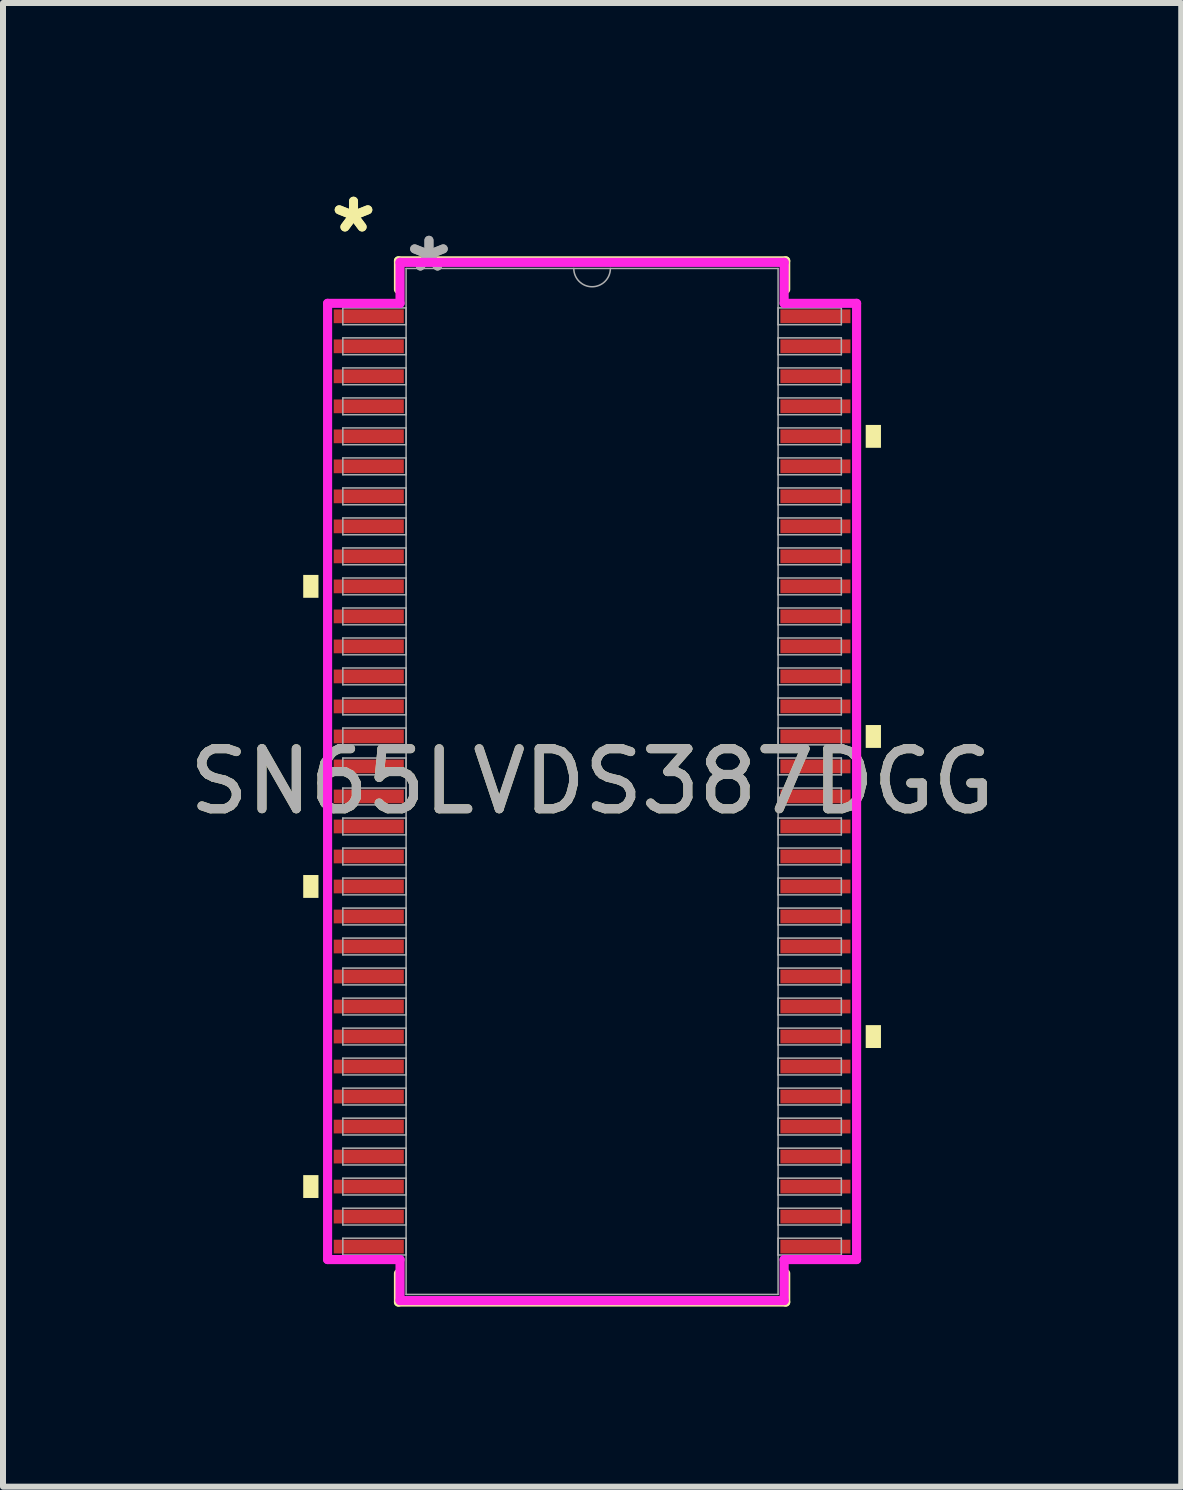
<source format=kicad_pcb>
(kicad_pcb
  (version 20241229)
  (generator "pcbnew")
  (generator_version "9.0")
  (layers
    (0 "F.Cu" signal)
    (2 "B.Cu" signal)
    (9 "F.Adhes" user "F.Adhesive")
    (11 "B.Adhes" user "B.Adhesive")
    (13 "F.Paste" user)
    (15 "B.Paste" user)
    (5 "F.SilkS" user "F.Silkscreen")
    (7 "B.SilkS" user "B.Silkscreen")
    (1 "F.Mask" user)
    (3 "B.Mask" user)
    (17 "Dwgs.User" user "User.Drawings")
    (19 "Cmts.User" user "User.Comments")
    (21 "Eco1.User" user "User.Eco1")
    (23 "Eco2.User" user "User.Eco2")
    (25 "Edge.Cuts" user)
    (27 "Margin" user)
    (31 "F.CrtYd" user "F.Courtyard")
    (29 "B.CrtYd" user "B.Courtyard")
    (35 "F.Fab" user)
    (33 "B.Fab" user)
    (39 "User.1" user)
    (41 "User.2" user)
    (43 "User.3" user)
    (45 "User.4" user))
  (footprint "SN65LVDS387DGG"
    (layer "F.Cu")
    (at 6.815 9.97)
    (property "Reference" "SN65LVDS387DGG" (at 0 0 0) (unlocked yes) (layer "F.SilkS") (effects (font (size 1 1) (thickness 0.15))))
    (attr smd)
    (fp_line (start -3.226 -8.674) (end -3.226 -8.197) (stroke (width 0.152) (type solid)) (layer "F.SilkS"))
    (fp_line (start -3.226 8.197) (end -3.226 8.674) (stroke (width 0.152) (type solid)) (layer "F.SilkS"))
    (fp_line (start -3.226 8.674) (end 3.226 8.674) (stroke (width 0.152) (type solid)) (layer "F.SilkS"))
    (fp_line (start 3.226 -8.674) (end -3.226 -8.674) (stroke (width 0.152) (type solid)) (layer "F.SilkS"))
    (fp_line (start 3.226 -8.197) (end 3.226 -8.674) (stroke (width 0.152) (type solid)) (layer "F.SilkS"))
    (fp_line (start 3.226 8.674) (end 3.226 8.197) (stroke (width 0.152) (type solid)) (layer "F.SilkS"))
    (fp_poly (pts (xy -4.813 -3.441) (xy -4.813 -3.06) (xy -4.559 -3.06) (xy -4.559 -3.441)) (stroke (width 0) (type solid)) (fill yes) (layer "F.SilkS"))
    (fp_poly (pts (xy -4.813 1.559) (xy -4.813 1.94) (xy -4.559 1.94) (xy -4.559 1.559)) (stroke (width 0) (type solid)) (fill yes) (layer "F.SilkS"))
    (fp_poly (pts (xy -4.813 6.559) (xy -4.813 6.94) (xy -4.559 6.94) (xy -4.559 6.559)) (stroke (width 0) (type solid)) (fill yes) (layer "F.SilkS"))
    (fp_poly (pts (xy 4.813 -5.94) (xy 4.813 -5.559) (xy 4.559 -5.559) (xy 4.559 -5.94)) (stroke (width 0) (type solid)) (fill yes) (layer "F.SilkS"))
    (fp_poly (pts (xy 4.813 -0.94) (xy 4.813 -0.559) (xy 4.559 -0.559) (xy 4.559 -0.94)) (stroke (width 0) (type solid)) (fill yes) (layer "F.SilkS"))
    (fp_poly (pts (xy 4.813 4.06) (xy 4.813 4.441) (xy 4.559 4.441) (xy 4.559 4.06)) (stroke (width 0) (type solid)) (fill yes) (layer "F.SilkS"))
    (fp_line (start -4.407 -7.966) (end -3.2 -7.966) (stroke (width 0.152) (type solid)) (layer "F.CrtYd"))
    (fp_line (start -4.407 7.966) (end -4.407 -7.966) (stroke (width 0.152) (type solid)) (layer "F.CrtYd"))
    (fp_line (start -4.407 7.966) (end -3.2 7.966) (stroke (width 0.152) (type solid)) (layer "F.CrtYd"))
    (fp_line (start -3.2 -8.649) (end 3.2 -8.649) (stroke (width 0.152) (type solid)) (layer "F.CrtYd"))
    (fp_line (start -3.2 -7.966) (end -3.2 -8.649) (stroke (width 0.152) (type solid)) (layer "F.CrtYd"))
    (fp_line (start -3.2 8.649) (end -3.2 7.966) (stroke (width 0.152) (type solid)) (layer "F.CrtYd"))
    (fp_line (start 3.2 -8.649) (end 3.2 -7.966) (stroke (width 0.152) (type solid)) (layer "F.CrtYd"))
    (fp_line (start 3.2 7.966) (end 3.2 8.649) (stroke (width 0.152) (type solid)) (layer "F.CrtYd"))
    (fp_line (start 3.2 8.649) (end -3.2 8.649) (stroke (width 0.152) (type solid)) (layer "F.CrtYd"))
    (fp_line (start 4.407 -7.966) (end 3.2 -7.966) (stroke (width 0.152) (type solid)) (layer "F.CrtYd"))
    (fp_line (start 4.407 -7.966) (end 4.407 7.966) (stroke (width 0.152) (type solid)) (layer "F.CrtYd"))
    (fp_line (start 4.407 7.966) (end 3.2 7.966) (stroke (width 0.152) (type solid)) (layer "F.CrtYd"))
    (fp_line (start -4.153 -7.89) (end -4.153 -7.61) (stroke (width 0.025) (type solid)) (layer "F.Fab"))
    (fp_line (start -4.153 -7.61) (end -3.099 -7.61) (stroke (width 0.025) (type solid)) (layer "F.Fab"))
    (fp_line (start -4.153 -7.39) (end -4.153 -7.11) (stroke (width 0.025) (type solid)) (layer "F.Fab"))
    (fp_line (start -4.153 -7.11) (end -3.099 -7.11) (stroke (width 0.025) (type solid)) (layer "F.Fab"))
    (fp_line (start -4.153 -6.89) (end -4.153 -6.61) (stroke (width 0.025) (type solid)) (layer "F.Fab"))
    (fp_line (start -4.153 -6.61) (end -3.099 -6.61) (stroke (width 0.025) (type solid)) (layer "F.Fab"))
    (fp_line (start -4.153 -6.39) (end -4.153 -6.11) (stroke (width 0.025) (type solid)) (layer "F.Fab"))
    (fp_line (start -4.153 -6.11) (end -3.099 -6.11) (stroke (width 0.025) (type solid)) (layer "F.Fab"))
    (fp_line (start -4.153 -5.89) (end -4.153 -5.61) (stroke (width 0.025) (type solid)) (layer "F.Fab"))
    (fp_line (start -4.153 -5.61) (end -3.099 -5.61) (stroke (width 0.025) (type solid)) (layer "F.Fab"))
    (fp_line (start -4.153 -5.39) (end -4.153 -5.11) (stroke (width 0.025) (type solid)) (layer "F.Fab"))
    (fp_line (start -4.153 -5.11) (end -3.099 -5.11) (stroke (width 0.025) (type solid)) (layer "F.Fab"))
    (fp_line (start -4.153 -4.89) (end -4.153 -4.61) (stroke (width 0.025) (type solid)) (layer "F.Fab"))
    (fp_line (start -4.153 -4.61) (end -3.099 -4.61) (stroke (width 0.025) (type solid)) (layer "F.Fab"))
    (fp_line (start -4.153 -4.39) (end -4.153 -4.11) (stroke (width 0.025) (type solid)) (layer "F.Fab"))
    (fp_line (start -4.153 -4.11) (end -3.099 -4.11) (stroke (width 0.025) (type solid)) (layer "F.Fab"))
    (fp_line (start -4.153 -3.89) (end -4.153 -3.61) (stroke (width 0.025) (type solid)) (layer "F.Fab"))
    (fp_line (start -4.153 -3.61) (end -3.099 -3.61) (stroke (width 0.025) (type solid)) (layer "F.Fab"))
    (fp_line (start -4.153 -3.39) (end -4.153 -3.11) (stroke (width 0.025) (type solid)) (layer "F.Fab"))
    (fp_line (start -4.153 -3.11) (end -3.099 -3.11) (stroke (width 0.025) (type solid)) (layer "F.Fab"))
    (fp_line (start -4.153 -2.89) (end -4.153 -2.61) (stroke (width 0.025) (type solid)) (layer "F.Fab"))
    (fp_line (start -4.153 -2.61) (end -3.099 -2.61) (stroke (width 0.025) (type solid)) (layer "F.Fab"))
    (fp_line (start -4.153 -2.39) (end -4.153 -2.11) (stroke (width 0.025) (type solid)) (layer "F.Fab"))
    (fp_line (start -4.153 -2.11) (end -3.099 -2.11) (stroke (width 0.025) (type solid)) (layer "F.Fab"))
    (fp_line (start -4.153 -1.89) (end -4.153 -1.61) (stroke (width 0.025) (type solid)) (layer "F.Fab"))
    (fp_line (start -4.153 -1.61) (end -3.099 -1.61) (stroke (width 0.025) (type solid)) (layer "F.Fab"))
    (fp_line (start -4.153 -1.39) (end -4.153 -1.11) (stroke (width 0.025) (type solid)) (layer "F.Fab"))
    (fp_line (start -4.153 -1.11) (end -3.099 -1.11) (stroke (width 0.025) (type solid)) (layer "F.Fab"))
    (fp_line (start -4.153 -0.89) (end -4.153 -0.61) (stroke (width 0.025) (type solid)) (layer "F.Fab"))
    (fp_line (start -4.153 -0.61) (end -3.099 -0.61) (stroke (width 0.025) (type solid)) (layer "F.Fab"))
    (fp_line (start -4.153 -0.39) (end -4.153 -0.11) (stroke (width 0.025) (type solid)) (layer "F.Fab"))
    (fp_line (start -4.153 -0.11) (end -3.099 -0.11) (stroke (width 0.025) (type solid)) (layer "F.Fab"))
    (fp_line (start -4.153 0.11) (end -4.153 0.39) (stroke (width 0.025) (type solid)) (layer "F.Fab"))
    (fp_line (start -4.153 0.39) (end -3.099 0.39) (stroke (width 0.025) (type solid)) (layer "F.Fab"))
    (fp_line (start -4.153 0.61) (end -4.153 0.89) (stroke (width 0.025) (type solid)) (layer "F.Fab"))
    (fp_line (start -4.153 0.89) (end -3.099 0.89) (stroke (width 0.025) (type solid)) (layer "F.Fab"))
    (fp_line (start -4.153 1.11) (end -4.153 1.39) (stroke (width 0.025) (type solid)) (layer "F.Fab"))
    (fp_line (start -4.153 1.39) (end -3.099 1.39) (stroke (width 0.025) (type solid)) (layer "F.Fab"))
    (fp_line (start -4.153 1.61) (end -4.153 1.89) (stroke (width 0.025) (type solid)) (layer "F.Fab"))
    (fp_line (start -4.153 1.89) (end -3.099 1.89) (stroke (width 0.025) (type solid)) (layer "F.Fab"))
    (fp_line (start -4.153 2.11) (end -4.153 2.39) (stroke (width 0.025) (type solid)) (layer "F.Fab"))
    (fp_line (start -4.153 2.39) (end -3.099 2.39) (stroke (width 0.025) (type solid)) (layer "F.Fab"))
    (fp_line (start -4.153 2.61) (end -4.153 2.89) (stroke (width 0.025) (type solid)) (layer "F.Fab"))
    (fp_line (start -4.153 2.89) (end -3.099 2.89) (stroke (width 0.025) (type solid)) (layer "F.Fab"))
    (fp_line (start -4.153 3.11) (end -4.153 3.39) (stroke (width 0.025) (type solid)) (layer "F.Fab"))
    (fp_line (start -4.153 3.39) (end -3.099 3.39) (stroke (width 0.025) (type solid)) (layer "F.Fab"))
    (fp_line (start -4.153 3.61) (end -4.153 3.89) (stroke (width 0.025) (type solid)) (layer "F.Fab"))
    (fp_line (start -4.153 3.89) (end -3.099 3.89) (stroke (width 0.025) (type solid)) (layer "F.Fab"))
    (fp_line (start -4.153 4.11) (end -4.153 4.39) (stroke (width 0.025) (type solid)) (layer "F.Fab"))
    (fp_line (start -4.153 4.39) (end -3.099 4.39) (stroke (width 0.025) (type solid)) (layer "F.Fab"))
    (fp_line (start -4.153 4.61) (end -4.153 4.89) (stroke (width 0.025) (type solid)) (layer "F.Fab"))
    (fp_line (start -4.153 4.89) (end -3.099 4.89) (stroke (width 0.025) (type solid)) (layer "F.Fab"))
    (fp_line (start -4.153 5.11) (end -4.153 5.39) (stroke (width 0.025) (type solid)) (layer "F.Fab"))
    (fp_line (start -4.153 5.39) (end -3.099 5.39) (stroke (width 0.025) (type solid)) (layer "F.Fab"))
    (fp_line (start -4.153 5.61) (end -4.153 5.89) (stroke (width 0.025) (type solid)) (layer "F.Fab"))
    (fp_line (start -4.153 5.89) (end -3.099 5.89) (stroke (width 0.025) (type solid)) (layer "F.Fab"))
    (fp_line (start -4.153 6.11) (end -4.153 6.39) (stroke (width 0.025) (type solid)) (layer "F.Fab"))
    (fp_line (start -4.153 6.39) (end -3.099 6.39) (stroke (width 0.025) (type solid)) (layer "F.Fab"))
    (fp_line (start -4.153 6.61) (end -4.153 6.89) (stroke (width 0.025) (type solid)) (layer "F.Fab"))
    (fp_line (start -4.153 6.89) (end -3.099 6.89) (stroke (width 0.025) (type solid)) (layer "F.Fab"))
    (fp_line (start -4.153 7.11) (end -4.153 7.39) (stroke (width 0.025) (type solid)) (layer "F.Fab"))
    (fp_line (start -4.153 7.39) (end -3.099 7.39) (stroke (width 0.025) (type solid)) (layer "F.Fab"))
    (fp_line (start -4.153 7.61) (end -4.153 7.89) (stroke (width 0.025) (type solid)) (layer "F.Fab"))
    (fp_line (start -4.153 7.89) (end -3.099 7.89) (stroke (width 0.025) (type solid)) (layer "F.Fab"))
    (fp_line (start -3.099 -8.547) (end -3.099 8.547) (stroke (width 0.025) (type solid)) (layer "F.Fab"))
    (fp_line (start -3.099 -7.89) (end -4.153 -7.89) (stroke (width 0.025) (type solid)) (layer "F.Fab"))
    (fp_line (start -3.099 -7.61) (end -3.099 -7.89) (stroke (width 0.025) (type solid)) (layer "F.Fab"))
    (fp_line (start -3.099 -7.39) (end -4.153 -7.39) (stroke (width 0.025) (type solid)) (layer "F.Fab"))
    (fp_line (start -3.099 -7.11) (end -3.099 -7.39) (stroke (width 0.025) (type solid)) (layer "F.Fab"))
    (fp_line (start -3.099 -6.89) (end -4.153 -6.89) (stroke (width 0.025) (type solid)) (layer "F.Fab"))
    (fp_line (start -3.099 -6.61) (end -3.099 -6.89) (stroke (width 0.025) (type solid)) (layer "F.Fab"))
    (fp_line (start -3.099 -6.39) (end -4.153 -6.39) (stroke (width 0.025) (type solid)) (layer "F.Fab"))
    (fp_line (start -3.099 -6.11) (end -3.099 -6.39) (stroke (width 0.025) (type solid)) (layer "F.Fab"))
    (fp_line (start -3.099 -5.89) (end -4.153 -5.89) (stroke (width 0.025) (type solid)) (layer "F.Fab"))
    (fp_line (start -3.099 -5.61) (end -3.099 -5.89) (stroke (width 0.025) (type solid)) (layer "F.Fab"))
    (fp_line (start -3.099 -5.39) (end -4.153 -5.39) (stroke (width 0.025) (type solid)) (layer "F.Fab"))
    (fp_line (start -3.099 -5.11) (end -3.099 -5.39) (stroke (width 0.025) (type solid)) (layer "F.Fab"))
    (fp_line (start -3.099 -4.89) (end -4.153 -4.89) (stroke (width 0.025) (type solid)) (layer "F.Fab"))
    (fp_line (start -3.099 -4.61) (end -3.099 -4.89) (stroke (width 0.025) (type solid)) (layer "F.Fab"))
    (fp_line (start -3.099 -4.39) (end -4.153 -4.39) (stroke (width 0.025) (type solid)) (layer "F.Fab"))
    (fp_line (start -3.099 -4.11) (end -3.099 -4.39) (stroke (width 0.025) (type solid)) (layer "F.Fab"))
    (fp_line (start -3.099 -3.89) (end -4.153 -3.89) (stroke (width 0.025) (type solid)) (layer "F.Fab"))
    (fp_line (start -3.099 -3.61) (end -3.099 -3.89) (stroke (width 0.025) (type solid)) (layer "F.Fab"))
    (fp_line (start -3.099 -3.39) (end -4.153 -3.39) (stroke (width 0.025) (type solid)) (layer "F.Fab"))
    (fp_line (start -3.099 -3.11) (end -3.099 -3.39) (stroke (width 0.025) (type solid)) (layer "F.Fab"))
    (fp_line (start -3.099 -2.89) (end -4.153 -2.89) (stroke (width 0.025) (type solid)) (layer "F.Fab"))
    (fp_line (start -3.099 -2.61) (end -3.099 -2.89) (stroke (width 0.025) (type solid)) (layer "F.Fab"))
    (fp_line (start -3.099 -2.39) (end -4.153 -2.39) (stroke (width 0.025) (type solid)) (layer "F.Fab"))
    (fp_line (start -3.099 -2.11) (end -3.099 -2.39) (stroke (width 0.025) (type solid)) (layer "F.Fab"))
    (fp_line (start -3.099 -1.89) (end -4.153 -1.89) (stroke (width 0.025) (type solid)) (layer "F.Fab"))
    (fp_line (start -3.099 -1.61) (end -3.099 -1.89) (stroke (width 0.025) (type solid)) (layer "F.Fab"))
    (fp_line (start -3.099 -1.39) (end -4.153 -1.39) (stroke (width 0.025) (type solid)) (layer "F.Fab"))
    (fp_line (start -3.099 -1.11) (end -3.099 -1.39) (stroke (width 0.025) (type solid)) (layer "F.Fab"))
    (fp_line (start -3.099 -0.89) (end -4.153 -0.89) (stroke (width 0.025) (type solid)) (layer "F.Fab"))
    (fp_line (start -3.099 -0.61) (end -3.099 -0.89) (stroke (width 0.025) (type solid)) (layer "F.Fab"))
    (fp_line (start -3.099 -0.39) (end -4.153 -0.39) (stroke (width 0.025) (type solid)) (layer "F.Fab"))
    (fp_line (start -3.099 -0.11) (end -3.099 -0.39) (stroke (width 0.025) (type solid)) (layer "F.Fab"))
    (fp_line (start -3.099 0.11) (end -4.153 0.11) (stroke (width 0.025) (type solid)) (layer "F.Fab"))
    (fp_line (start -3.099 0.39) (end -3.099 0.11) (stroke (width 0.025) (type solid)) (layer "F.Fab"))
    (fp_line (start -3.099 0.61) (end -4.153 0.61) (stroke (width 0.025) (type solid)) (layer "F.Fab"))
    (fp_line (start -3.099 0.89) (end -3.099 0.61) (stroke (width 0.025) (type solid)) (layer "F.Fab"))
    (fp_line (start -3.099 1.11) (end -4.153 1.11) (stroke (width 0.025) (type solid)) (layer "F.Fab"))
    (fp_line (start -3.099 1.39) (end -3.099 1.11) (stroke (width 0.025) (type solid)) (layer "F.Fab"))
    (fp_line (start -3.099 1.61) (end -4.153 1.61) (stroke (width 0.025) (type solid)) (layer "F.Fab"))
    (fp_line (start -3.099 1.89) (end -3.099 1.61) (stroke (width 0.025) (type solid)) (layer "F.Fab"))
    (fp_line (start -3.099 2.11) (end -4.153 2.11) (stroke (width 0.025) (type solid)) (layer "F.Fab"))
    (fp_line (start -3.099 2.39) (end -3.099 2.11) (stroke (width 0.025) (type solid)) (layer "F.Fab"))
    (fp_line (start -3.099 2.61) (end -4.153 2.61) (stroke (width 0.025) (type solid)) (layer "F.Fab"))
    (fp_line (start -3.099 2.89) (end -3.099 2.61) (stroke (width 0.025) (type solid)) (layer "F.Fab"))
    (fp_line (start -3.099 3.11) (end -4.153 3.11) (stroke (width 0.025) (type solid)) (layer "F.Fab"))
    (fp_line (start -3.099 3.39) (end -3.099 3.11) (stroke (width 0.025) (type solid)) (layer "F.Fab"))
    (fp_line (start -3.099 3.61) (end -4.153 3.61) (stroke (width 0.025) (type solid)) (layer "F.Fab"))
    (fp_line (start -3.099 3.89) (end -3.099 3.61) (stroke (width 0.025) (type solid)) (layer "F.Fab"))
    (fp_line (start -3.099 4.11) (end -4.153 4.11) (stroke (width 0.025) (type solid)) (layer "F.Fab"))
    (fp_line (start -3.099 4.39) (end -3.099 4.11) (stroke (width 0.025) (type solid)) (layer "F.Fab"))
    (fp_line (start -3.099 4.61) (end -4.153 4.61) (stroke (width 0.025) (type solid)) (layer "F.Fab"))
    (fp_line (start -3.099 4.89) (end -3.099 4.61) (stroke (width 0.025) (type solid)) (layer "F.Fab"))
    (fp_line (start -3.099 5.11) (end -4.153 5.11) (stroke (width 0.025) (type solid)) (layer "F.Fab"))
    (fp_line (start -3.099 5.39) (end -3.099 5.11) (stroke (width 0.025) (type solid)) (layer "F.Fab"))
    (fp_line (start -3.099 5.61) (end -4.153 5.61) (stroke (width 0.025) (type solid)) (layer "F.Fab"))
    (fp_line (start -3.099 5.89) (end -3.099 5.61) (stroke (width 0.025) (type solid)) (layer "F.Fab"))
    (fp_line (start -3.099 6.11) (end -4.153 6.11) (stroke (width 0.025) (type solid)) (layer "F.Fab"))
    (fp_line (start -3.099 6.39) (end -3.099 6.11) (stroke (width 0.025) (type solid)) (layer "F.Fab"))
    (fp_line (start -3.099 6.61) (end -4.153 6.61) (stroke (width 0.025) (type solid)) (layer "F.Fab"))
    (fp_line (start -3.099 6.89) (end -3.099 6.61) (stroke (width 0.025) (type solid)) (layer "F.Fab"))
    (fp_line (start -3.099 7.11) (end -4.153 7.11) (stroke (width 0.025) (type solid)) (layer "F.Fab"))
    (fp_line (start -3.099 7.39) (end -3.099 7.11) (stroke (width 0.025) (type solid)) (layer "F.Fab"))
    (fp_line (start -3.099 7.61) (end -4.153 7.61) (stroke (width 0.025) (type solid)) (layer "F.Fab"))
    (fp_line (start -3.099 7.89) (end -3.099 7.61) (stroke (width 0.025) (type solid)) (layer "F.Fab"))
    (fp_line (start -3.099 8.547) (end 3.099 8.547) (stroke (width 0.025) (type solid)) (layer "F.Fab"))
    (fp_line (start 3.099 -8.547) (end -3.099 -8.547) (stroke (width 0.025) (type solid)) (layer "F.Fab"))
    (fp_line (start 3.099 -7.89) (end 3.099 -7.61) (stroke (width 0.025) (type solid)) (layer "F.Fab"))
    (fp_line (start 3.099 -7.61) (end 4.153 -7.61) (stroke (width 0.025) (type solid)) (layer "F.Fab"))
    (fp_line (start 3.099 -7.39) (end 3.099 -7.11) (stroke (width 0.025) (type solid)) (layer "F.Fab"))
    (fp_line (start 3.099 -7.11) (end 4.153 -7.11) (stroke (width 0.025) (type solid)) (layer "F.Fab"))
    (fp_line (start 3.099 -6.89) (end 3.099 -6.61) (stroke (width 0.025) (type solid)) (layer "F.Fab"))
    (fp_line (start 3.099 -6.61) (end 4.153 -6.61) (stroke (width 0.025) (type solid)) (layer "F.Fab"))
    (fp_line (start 3.099 -6.39) (end 3.099 -6.11) (stroke (width 0.025) (type solid)) (layer "F.Fab"))
    (fp_line (start 3.099 -6.11) (end 4.153 -6.11) (stroke (width 0.025) (type solid)) (layer "F.Fab"))
    (fp_line (start 3.099 -5.89) (end 3.099 -5.61) (stroke (width 0.025) (type solid)) (layer "F.Fab"))
    (fp_line (start 3.099 -5.61) (end 4.153 -5.61) (stroke (width 0.025) (type solid)) (layer "F.Fab"))
    (fp_line (start 3.099 -5.39) (end 3.099 -5.11) (stroke (width 0.025) (type solid)) (layer "F.Fab"))
    (fp_line (start 3.099 -5.11) (end 4.153 -5.11) (stroke (width 0.025) (type solid)) (layer "F.Fab"))
    (fp_line (start 3.099 -4.89) (end 3.099 -4.61) (stroke (width 0.025) (type solid)) (layer "F.Fab"))
    (fp_line (start 3.099 -4.61) (end 4.153 -4.61) (stroke (width 0.025) (type solid)) (layer "F.Fab"))
    (fp_line (start 3.099 -4.39) (end 3.099 -4.11) (stroke (width 0.025) (type solid)) (layer "F.Fab"))
    (fp_line (start 3.099 -4.11) (end 4.153 -4.11) (stroke (width 0.025) (type solid)) (layer "F.Fab"))
    (fp_line (start 3.099 -3.89) (end 3.099 -3.61) (stroke (width 0.025) (type solid)) (layer "F.Fab"))
    (fp_line (start 3.099 -3.61) (end 4.153 -3.61) (stroke (width 0.025) (type solid)) (layer "F.Fab"))
    (fp_line (start 3.099 -3.39) (end 3.099 -3.11) (stroke (width 0.025) (type solid)) (layer "F.Fab"))
    (fp_line (start 3.099 -3.11) (end 4.153 -3.11) (stroke (width 0.025) (type solid)) (layer "F.Fab"))
    (fp_line (start 3.099 -2.89) (end 3.099 -2.61) (stroke (width 0.025) (type solid)) (layer "F.Fab"))
    (fp_line (start 3.099 -2.61) (end 4.153 -2.61) (stroke (width 0.025) (type solid)) (layer "F.Fab"))
    (fp_line (start 3.099 -2.39) (end 3.099 -2.11) (stroke (width 0.025) (type solid)) (layer "F.Fab"))
    (fp_line (start 3.099 -2.11) (end 4.153 -2.11) (stroke (width 0.025) (type solid)) (layer "F.Fab"))
    (fp_line (start 3.099 -1.89) (end 3.099 -1.61) (stroke (width 0.025) (type solid)) (layer "F.Fab"))
    (fp_line (start 3.099 -1.61) (end 4.153 -1.61) (stroke (width 0.025) (type solid)) (layer "F.Fab"))
    (fp_line (start 3.099 -1.39) (end 3.099 -1.11) (stroke (width 0.025) (type solid)) (layer "F.Fab"))
    (fp_line (start 3.099 -1.11) (end 4.153 -1.11) (stroke (width 0.025) (type solid)) (layer "F.Fab"))
    (fp_line (start 3.099 -0.89) (end 3.099 -0.61) (stroke (width 0.025) (type solid)) (layer "F.Fab"))
    (fp_line (start 3.099 -0.61) (end 4.153 -0.61) (stroke (width 0.025) (type solid)) (layer "F.Fab"))
    (fp_line (start 3.099 -0.39) (end 3.099 -0.11) (stroke (width 0.025) (type solid)) (layer "F.Fab"))
    (fp_line (start 3.099 -0.11) (end 4.153 -0.11) (stroke (width 0.025) (type solid)) (layer "F.Fab"))
    (fp_line (start 3.099 0.11) (end 3.099 0.39) (stroke (width 0.025) (type solid)) (layer "F.Fab"))
    (fp_line (start 3.099 0.39) (end 4.153 0.39) (stroke (width 0.025) (type solid)) (layer "F.Fab"))
    (fp_line (start 3.099 0.61) (end 3.099 0.89) (stroke (width 0.025) (type solid)) (layer "F.Fab"))
    (fp_line (start 3.099 0.89) (end 4.153 0.89) (stroke (width 0.025) (type solid)) (layer "F.Fab"))
    (fp_line (start 3.099 1.11) (end 3.099 1.39) (stroke (width 0.025) (type solid)) (layer "F.Fab"))
    (fp_line (start 3.099 1.39) (end 4.153 1.39) (stroke (width 0.025) (type solid)) (layer "F.Fab"))
    (fp_line (start 3.099 1.61) (end 3.099 1.89) (stroke (width 0.025) (type solid)) (layer "F.Fab"))
    (fp_line (start 3.099 1.89) (end 4.153 1.89) (stroke (width 0.025) (type solid)) (layer "F.Fab"))
    (fp_line (start 3.099 2.11) (end 3.099 2.39) (stroke (width 0.025) (type solid)) (layer "F.Fab"))
    (fp_line (start 3.099 2.39) (end 4.153 2.39) (stroke (width 0.025) (type solid)) (layer "F.Fab"))
    (fp_line (start 3.099 2.61) (end 3.099 2.89) (stroke (width 0.025) (type solid)) (layer "F.Fab"))
    (fp_line (start 3.099 2.89) (end 4.153 2.89) (stroke (width 0.025) (type solid)) (layer "F.Fab"))
    (fp_line (start 3.099 3.11) (end 3.099 3.39) (stroke (width 0.025) (type solid)) (layer "F.Fab"))
    (fp_line (start 3.099 3.39) (end 4.153 3.39) (stroke (width 0.025) (type solid)) (layer "F.Fab"))
    (fp_line (start 3.099 3.61) (end 3.099 3.89) (stroke (width 0.025) (type solid)) (layer "F.Fab"))
    (fp_line (start 3.099 3.89) (end 4.153 3.89) (stroke (width 0.025) (type solid)) (layer "F.Fab"))
    (fp_line (start 3.099 4.11) (end 3.099 4.39) (stroke (width 0.025) (type solid)) (layer "F.Fab"))
    (fp_line (start 3.099 4.39) (end 4.153 4.39) (stroke (width 0.025) (type solid)) (layer "F.Fab"))
    (fp_line (start 3.099 4.61) (end 3.099 4.89) (stroke (width 0.025) (type solid)) (layer "F.Fab"))
    (fp_line (start 3.099 4.89) (end 4.153 4.89) (stroke (width 0.025) (type solid)) (layer "F.Fab"))
    (fp_line (start 3.099 5.11) (end 3.099 5.39) (stroke (width 0.025) (type solid)) (layer "F.Fab"))
    (fp_line (start 3.099 5.39) (end 4.153 5.39) (stroke (width 0.025) (type solid)) (layer "F.Fab"))
    (fp_line (start 3.099 5.61) (end 3.099 5.89) (stroke (width 0.025) (type solid)) (layer "F.Fab"))
    (fp_line (start 3.099 5.89) (end 4.153 5.89) (stroke (width 0.025) (type solid)) (layer "F.Fab"))
    (fp_line (start 3.099 6.11) (end 3.099 6.39) (stroke (width 0.025) (type solid)) (layer "F.Fab"))
    (fp_line (start 3.099 6.39) (end 4.153 6.39) (stroke (width 0.025) (type solid)) (layer "F.Fab"))
    (fp_line (start 3.099 6.61) (end 3.099 6.89) (stroke (width 0.025) (type solid)) (layer "F.Fab"))
    (fp_line (start 3.099 6.89) (end 4.153 6.89) (stroke (width 0.025) (type solid)) (layer "F.Fab"))
    (fp_line (start 3.099 7.11) (end 3.099 7.39) (stroke (width 0.025) (type solid)) (layer "F.Fab"))
    (fp_line (start 3.099 7.39) (end 4.153 7.39) (stroke (width 0.025) (type solid)) (layer "F.Fab"))
    (fp_line (start 3.099 7.61) (end 3.099 7.89) (stroke (width 0.025) (type solid)) (layer "F.Fab"))
    (fp_line (start 3.099 7.89) (end 4.153 7.89) (stroke (width 0.025) (type solid)) (layer "F.Fab"))
    (fp_line (start 3.099 8.547) (end 3.099 -8.547) (stroke (width 0.025) (type solid)) (layer "F.Fab"))
    (fp_line (start 4.153 -7.89) (end 3.099 -7.89) (stroke (width 0.025) (type solid)) (layer "F.Fab"))
    (fp_line (start 4.153 -7.61) (end 4.153 -7.89) (stroke (width 0.025) (type solid)) (layer "F.Fab"))
    (fp_line (start 4.153 -7.39) (end 3.099 -7.39) (stroke (width 0.025) (type solid)) (layer "F.Fab"))
    (fp_line (start 4.153 -7.11) (end 4.153 -7.39) (stroke (width 0.025) (type solid)) (layer "F.Fab"))
    (fp_line (start 4.153 -6.89) (end 3.099 -6.89) (stroke (width 0.025) (type solid)) (layer "F.Fab"))
    (fp_line (start 4.153 -6.61) (end 4.153 -6.89) (stroke (width 0.025) (type solid)) (layer "F.Fab"))
    (fp_line (start 4.153 -6.39) (end 3.099 -6.39) (stroke (width 0.025) (type solid)) (layer "F.Fab"))
    (fp_line (start 4.153 -6.11) (end 4.153 -6.39) (stroke (width 0.025) (type solid)) (layer "F.Fab"))
    (fp_line (start 4.153 -5.89) (end 3.099 -5.89) (stroke (width 0.025) (type solid)) (layer "F.Fab"))
    (fp_line (start 4.153 -5.61) (end 4.153 -5.89) (stroke (width 0.025) (type solid)) (layer "F.Fab"))
    (fp_line (start 4.153 -5.39) (end 3.099 -5.39) (stroke (width 0.025) (type solid)) (layer "F.Fab"))
    (fp_line (start 4.153 -5.11) (end 4.153 -5.39) (stroke (width 0.025) (type solid)) (layer "F.Fab"))
    (fp_line (start 4.153 -4.89) (end 3.099 -4.89) (stroke (width 0.025) (type solid)) (layer "F.Fab"))
    (fp_line (start 4.153 -4.61) (end 4.153 -4.89) (stroke (width 0.025) (type solid)) (layer "F.Fab"))
    (fp_line (start 4.153 -4.39) (end 3.099 -4.39) (stroke (width 0.025) (type solid)) (layer "F.Fab"))
    (fp_line (start 4.153 -4.11) (end 4.153 -4.39) (stroke (width 0.025) (type solid)) (layer "F.Fab"))
    (fp_line (start 4.153 -3.89) (end 3.099 -3.89) (stroke (width 0.025) (type solid)) (layer "F.Fab"))
    (fp_line (start 4.153 -3.61) (end 4.153 -3.89) (stroke (width 0.025) (type solid)) (layer "F.Fab"))
    (fp_line (start 4.153 -3.39) (end 3.099 -3.39) (stroke (width 0.025) (type solid)) (layer "F.Fab"))
    (fp_line (start 4.153 -3.11) (end 4.153 -3.39) (stroke (width 0.025) (type solid)) (layer "F.Fab"))
    (fp_line (start 4.153 -2.89) (end 3.099 -2.89) (stroke (width 0.025) (type solid)) (layer "F.Fab"))
    (fp_line (start 4.153 -2.61) (end 4.153 -2.89) (stroke (width 0.025) (type solid)) (layer "F.Fab"))
    (fp_line (start 4.153 -2.39) (end 3.099 -2.39) (stroke (width 0.025) (type solid)) (layer "F.Fab"))
    (fp_line (start 4.153 -2.11) (end 4.153 -2.39) (stroke (width 0.025) (type solid)) (layer "F.Fab"))
    (fp_line (start 4.153 -1.89) (end 3.099 -1.89) (stroke (width 0.025) (type solid)) (layer "F.Fab"))
    (fp_line (start 4.153 -1.61) (end 4.153 -1.89) (stroke (width 0.025) (type solid)) (layer "F.Fab"))
    (fp_line (start 4.153 -1.39) (end 3.099 -1.39) (stroke (width 0.025) (type solid)) (layer "F.Fab"))
    (fp_line (start 4.153 -1.11) (end 4.153 -1.39) (stroke (width 0.025) (type solid)) (layer "F.Fab"))
    (fp_line (start 4.153 -0.89) (end 3.099 -0.89) (stroke (width 0.025) (type solid)) (layer "F.Fab"))
    (fp_line (start 4.153 -0.61) (end 4.153 -0.89) (stroke (width 0.025) (type solid)) (layer "F.Fab"))
    (fp_line (start 4.153 -0.39) (end 3.099 -0.39) (stroke (width 0.025) (type solid)) (layer "F.Fab"))
    (fp_line (start 4.153 -0.11) (end 4.153 -0.39) (stroke (width 0.025) (type solid)) (layer "F.Fab"))
    (fp_line (start 4.153 0.11) (end 3.099 0.11) (stroke (width 0.025) (type solid)) (layer "F.Fab"))
    (fp_line (start 4.153 0.39) (end 4.153 0.11) (stroke (width 0.025) (type solid)) (layer "F.Fab"))
    (fp_line (start 4.153 0.61) (end 3.099 0.61) (stroke (width 0.025) (type solid)) (layer "F.Fab"))
    (fp_line (start 4.153 0.89) (end 4.153 0.61) (stroke (width 0.025) (type solid)) (layer "F.Fab"))
    (fp_line (start 4.153 1.11) (end 3.099 1.11) (stroke (width 0.025) (type solid)) (layer "F.Fab"))
    (fp_line (start 4.153 1.39) (end 4.153 1.11) (stroke (width 0.025) (type solid)) (layer "F.Fab"))
    (fp_line (start 4.153 1.61) (end 3.099 1.61) (stroke (width 0.025) (type solid)) (layer "F.Fab"))
    (fp_line (start 4.153 1.89) (end 4.153 1.61) (stroke (width 0.025) (type solid)) (layer "F.Fab"))
    (fp_line (start 4.153 2.11) (end 3.099 2.11) (stroke (width 0.025) (type solid)) (layer "F.Fab"))
    (fp_line (start 4.153 2.39) (end 4.153 2.11) (stroke (width 0.025) (type solid)) (layer "F.Fab"))
    (fp_line (start 4.153 2.61) (end 3.099 2.61) (stroke (width 0.025) (type solid)) (layer "F.Fab"))
    (fp_line (start 4.153 2.89) (end 4.153 2.61) (stroke (width 0.025) (type solid)) (layer "F.Fab"))
    (fp_line (start 4.153 3.11) (end 3.099 3.11) (stroke (width 0.025) (type solid)) (layer "F.Fab"))
    (fp_line (start 4.153 3.39) (end 4.153 3.11) (stroke (width 0.025) (type solid)) (layer "F.Fab"))
    (fp_line (start 4.153 3.61) (end 3.099 3.61) (stroke (width 0.025) (type solid)) (layer "F.Fab"))
    (fp_line (start 4.153 3.89) (end 4.153 3.61) (stroke (width 0.025) (type solid)) (layer "F.Fab"))
    (fp_line (start 4.153 4.11) (end 3.099 4.11) (stroke (width 0.025) (type solid)) (layer "F.Fab"))
    (fp_line (start 4.153 4.39) (end 4.153 4.11) (stroke (width 0.025) (type solid)) (layer "F.Fab"))
    (fp_line (start 4.153 4.61) (end 3.099 4.61) (stroke (width 0.025) (type solid)) (layer "F.Fab"))
    (fp_line (start 4.153 4.89) (end 4.153 4.61) (stroke (width 0.025) (type solid)) (layer "F.Fab"))
    (fp_line (start 4.153 5.11) (end 3.099 5.11) (stroke (width 0.025) (type solid)) (layer "F.Fab"))
    (fp_line (start 4.153 5.39) (end 4.153 5.11) (stroke (width 0.025) (type solid)) (layer "F.Fab"))
    (fp_line (start 4.153 5.61) (end 3.099 5.61) (stroke (width 0.025) (type solid)) (layer "F.Fab"))
    (fp_line (start 4.153 5.89) (end 4.153 5.61) (stroke (width 0.025) (type solid)) (layer "F.Fab"))
    (fp_line (start 4.153 6.11) (end 3.099 6.11) (stroke (width 0.025) (type solid)) (layer "F.Fab"))
    (fp_line (start 4.153 6.39) (end 4.153 6.11) (stroke (width 0.025) (type solid)) (layer "F.Fab"))
    (fp_line (start 4.153 6.61) (end 3.099 6.61) (stroke (width 0.025) (type solid)) (layer "F.Fab"))
    (fp_line (start 4.153 6.89) (end 4.153 6.61) (stroke (width 0.025) (type solid)) (layer "F.Fab"))
    (fp_line (start 4.153 7.11) (end 3.099 7.11) (stroke (width 0.025) (type solid)) (layer "F.Fab"))
    (fp_line (start 4.153 7.39) (end 4.153 7.11) (stroke (width 0.025) (type solid)) (layer "F.Fab"))
    (fp_line (start 4.153 7.61) (end 3.099 7.61) (stroke (width 0.025) (type solid)) (layer "F.Fab"))
    (fp_line (start 4.153 7.89) (end 4.153 7.61) (stroke (width 0.025) (type solid)) (layer "F.Fab"))
    (fp_arc (start 0.3048 -8.5471) (mid 0 -8.2423) (end -0.3048 -8.5471) (stroke (width 0.0254) (type solid)) (layer "F.Fab"))
    (fp_text user "*" (at -3.975 -9.122 0) (unlocked yes) (layer "F.SilkS") (effects (font (size 1 1) (thickness 0.15))))
    (fp_text user "*" (at -3.975 -9.122 0) (layer "F.SilkS") (effects (font (size 1 1) (thickness 0.15))))
    (fp_text user "*" (at -2.718 -8.471 0) (layer "F.Fab") (effects (font (size 1 1) (thickness 0.15))))
    (fp_text user "${REFERENCE}" (at 0 0 0) (unlocked yes) (layer "F.Fab") (effects (font (size 1 1) (thickness 0.15))))
    (fp_text user "*" (at -2.718 -8.471 0) (unlocked yes) (layer "F.Fab") (effects (font (size 1 1) (thickness 0.15))))
    (pad "1" smd rect (at -3.721 -7.75) (size 1.168 0.229) (layers "F.Cu" "F.Mask" "F.Paste"))
    (pad "2" smd rect (at -3.721 -7.25) (size 1.168 0.229) (layers "F.Cu" "F.Mask" "F.Paste"))
    (pad "3" smd rect (at -3.721 -6.75) (size 1.168 0.229) (layers "F.Cu" "F.Mask" "F.Paste"))
    (pad "4" smd rect (at -3.721 -6.25) (size 1.168 0.229) (layers "F.Cu" "F.Mask" "F.Paste"))
    (pad "5" smd rect (at -3.721 -5.75) (size 1.168 0.229) (layers "F.Cu" "F.Mask" "F.Paste"))
    (pad "6" smd rect (at -3.721 -5.25) (size 1.168 0.229) (layers "F.Cu" "F.Mask" "F.Paste"))
    (pad "7" smd rect (at -3.721 -4.75) (size 1.168 0.229) (layers "F.Cu" "F.Mask" "F.Paste"))
    (pad "8" smd rect (at -3.721 -4.25) (size 1.168 0.229) (layers "F.Cu" "F.Mask" "F.Paste"))
    (pad "9" smd rect (at -3.721 -3.75) (size 1.168 0.229) (layers "F.Cu" "F.Mask" "F.Paste"))
    (pad "10" smd rect (at -3.721 -3.25) (size 1.168 0.229) (layers "F.Cu" "F.Mask" "F.Paste"))
    (pad "11" smd rect (at -3.721 -2.75) (size 1.168 0.229) (layers "F.Cu" "F.Mask" "F.Paste"))
    (pad "12" smd rect (at -3.721 -2.25) (size 1.168 0.229) (layers "F.Cu" "F.Mask" "F.Paste"))
    (pad "13" smd rect (at -3.721 -1.75) (size 1.168 0.229) (layers "F.Cu" "F.Mask" "F.Paste"))
    (pad "14" smd rect (at -3.721 -1.25) (size 1.168 0.229) (layers "F.Cu" "F.Mask" "F.Paste"))
    (pad "15" smd rect (at -3.721 -0.75) (size 1.168 0.229) (layers "F.Cu" "F.Mask" "F.Paste"))
    (pad "16" smd rect (at -3.721 -0.25) (size 1.168 0.229) (layers "F.Cu" "F.Mask" "F.Paste"))
    (pad "17" smd rect (at -3.721 0.25) (size 1.168 0.229) (layers "F.Cu" "F.Mask" "F.Paste"))
    (pad "18" smd rect (at -3.721 0.75) (size 1.168 0.229) (layers "F.Cu" "F.Mask" "F.Paste"))
    (pad "19" smd rect (at -3.721 1.25) (size 1.168 0.229) (layers "F.Cu" "F.Mask" "F.Paste"))
    (pad "20" smd rect (at -3.721 1.75) (size 1.168 0.229) (layers "F.Cu" "F.Mask" "F.Paste"))
    (pad "21" smd rect (at -3.721 2.25) (size 1.168 0.229) (layers "F.Cu" "F.Mask" "F.Paste"))
    (pad "22" smd rect (at -3.721 2.75) (size 1.168 0.229) (layers "F.Cu" "F.Mask" "F.Paste"))
    (pad "23" smd rect (at -3.721 3.25) (size 1.168 0.229) (layers "F.Cu" "F.Mask" "F.Paste"))
    (pad "24" smd rect (at -3.721 3.75) (size 1.168 0.229) (layers "F.Cu" "F.Mask" "F.Paste"))
    (pad "25" smd rect (at -3.721 4.25) (size 1.168 0.229) (layers "F.Cu" "F.Mask" "F.Paste"))
    (pad "26" smd rect (at -3.721 4.75) (size 1.168 0.229) (layers "F.Cu" "F.Mask" "F.Paste"))
    (pad "27" smd rect (at -3.721 5.25) (size 1.168 0.229) (layers "F.Cu" "F.Mask" "F.Paste"))
    (pad "28" smd rect (at -3.721 5.75) (size 1.168 0.229) (layers "F.Cu" "F.Mask" "F.Paste"))
    (pad "29" smd rect (at -3.721 6.25) (size 1.168 0.229) (layers "F.Cu" "F.Mask" "F.Paste"))
    (pad "30" smd rect (at -3.721 6.75) (size 1.168 0.229) (layers "F.Cu" "F.Mask" "F.Paste"))
    (pad "31" smd rect (at -3.721 7.25) (size 1.168 0.229) (layers "F.Cu" "F.Mask" "F.Paste"))
    (pad "32" smd rect (at -3.721 7.75) (size 1.168 0.229) (layers "F.Cu" "F.Mask" "F.Paste"))
    (pad "33" smd rect (at 3.721 7.75) (size 1.168 0.229) (layers "F.Cu" "F.Mask" "F.Paste"))
    (pad "34" smd rect (at 3.721 7.25) (size 1.168 0.229) (layers "F.Cu" "F.Mask" "F.Paste"))
    (pad "35" smd rect (at 3.721 6.75) (size 1.168 0.229) (layers "F.Cu" "F.Mask" "F.Paste"))
    (pad "36" smd rect (at 3.721 6.25) (size 1.168 0.229) (layers "F.Cu" "F.Mask" "F.Paste"))
    (pad "37" smd rect (at 3.721 5.75) (size 1.168 0.229) (layers "F.Cu" "F.Mask" "F.Paste"))
    (pad "38" smd rect (at 3.721 5.25) (size 1.168 0.229) (layers "F.Cu" "F.Mask" "F.Paste"))
    (pad "39" smd rect (at 3.721 4.75) (size 1.168 0.229) (layers "F.Cu" "F.Mask" "F.Paste"))
    (pad "40" smd rect (at 3.721 4.25) (size 1.168 0.229) (layers "F.Cu" "F.Mask" "F.Paste"))
    (pad "41" smd rect (at 3.721 3.75) (size 1.168 0.229) (layers "F.Cu" "F.Mask" "F.Paste"))
    (pad "42" smd rect (at 3.721 3.25) (size 1.168 0.229) (layers "F.Cu" "F.Mask" "F.Paste"))
    (pad "43" smd rect (at 3.721 2.75) (size 1.168 0.229) (layers "F.Cu" "F.Mask" "F.Paste"))
    (pad "44" smd rect (at 3.721 2.25) (size 1.168 0.229) (layers "F.Cu" "F.Mask" "F.Paste"))
    (pad "45" smd rect (at 3.721 1.75) (size 1.168 0.229) (layers "F.Cu" "F.Mask" "F.Paste"))
    (pad "46" smd rect (at 3.721 1.25) (size 1.168 0.229) (layers "F.Cu" "F.Mask" "F.Paste"))
    (pad "47" smd rect (at 3.721 0.75) (size 1.168 0.229) (layers "F.Cu" "F.Mask" "F.Paste"))
    (pad "48" smd rect (at 3.721 0.25) (size 1.168 0.229) (layers "F.Cu" "F.Mask" "F.Paste"))
    (pad "49" smd rect (at 3.721 -0.25) (size 1.168 0.229) (layers "F.Cu" "F.Mask" "F.Paste"))
    (pad "50" smd rect (at 3.721 -0.75) (size 1.168 0.229) (layers "F.Cu" "F.Mask" "F.Paste"))
    (pad "51" smd rect (at 3.721 -1.25) (size 1.168 0.229) (layers "F.Cu" "F.Mask" "F.Paste"))
    (pad "52" smd rect (at 3.721 -1.75) (size 1.168 0.229) (layers "F.Cu" "F.Mask" "F.Paste"))
    (pad "53" smd rect (at 3.721 -2.25) (size 1.168 0.229) (layers "F.Cu" "F.Mask" "F.Paste"))
    (pad "54" smd rect (at 3.721 -2.75) (size 1.168 0.229) (layers "F.Cu" "F.Mask" "F.Paste"))
    (pad "55" smd rect (at 3.721 -3.25) (size 1.168 0.229) (layers "F.Cu" "F.Mask" "F.Paste"))
    (pad "56" smd rect (at 3.721 -3.75) (size 1.168 0.229) (layers "F.Cu" "F.Mask" "F.Paste"))
    (pad "57" smd rect (at 3.721 -4.25) (size 1.168 0.229) (layers "F.Cu" "F.Mask" "F.Paste"))
    (pad "58" smd rect (at 3.721 -4.75) (size 1.168 0.229) (layers "F.Cu" "F.Mask" "F.Paste"))
    (pad "59" smd rect (at 3.721 -5.25) (size 1.168 0.229) (layers "F.Cu" "F.Mask" "F.Paste"))
    (pad "60" smd rect (at 3.721 -5.75) (size 1.168 0.229) (layers "F.Cu" "F.Mask" "F.Paste"))
    (pad "61" smd rect (at 3.721 -6.25) (size 1.168 0.229) (layers "F.Cu" "F.Mask" "F.Paste"))
    (pad "62" smd rect (at 3.721 -6.75) (size 1.168 0.229) (layers "F.Cu" "F.Mask" "F.Paste"))
    (pad "63" smd rect (at 3.721 -7.25) (size 1.168 0.229) (layers "F.Cu" "F.Mask" "F.Paste"))
    (pad "64" smd rect (at 3.721 -7.75) (size 1.168 0.229) (layers "F.Cu" "F.Mask" "F.Paste")))
  (gr_rect
    (start -3 -3)
    (end 16.631 21.72)
    (stroke (width 0.1) (type default))
    (fill no)
    (layer "Edge.Cuts")))
</source>
